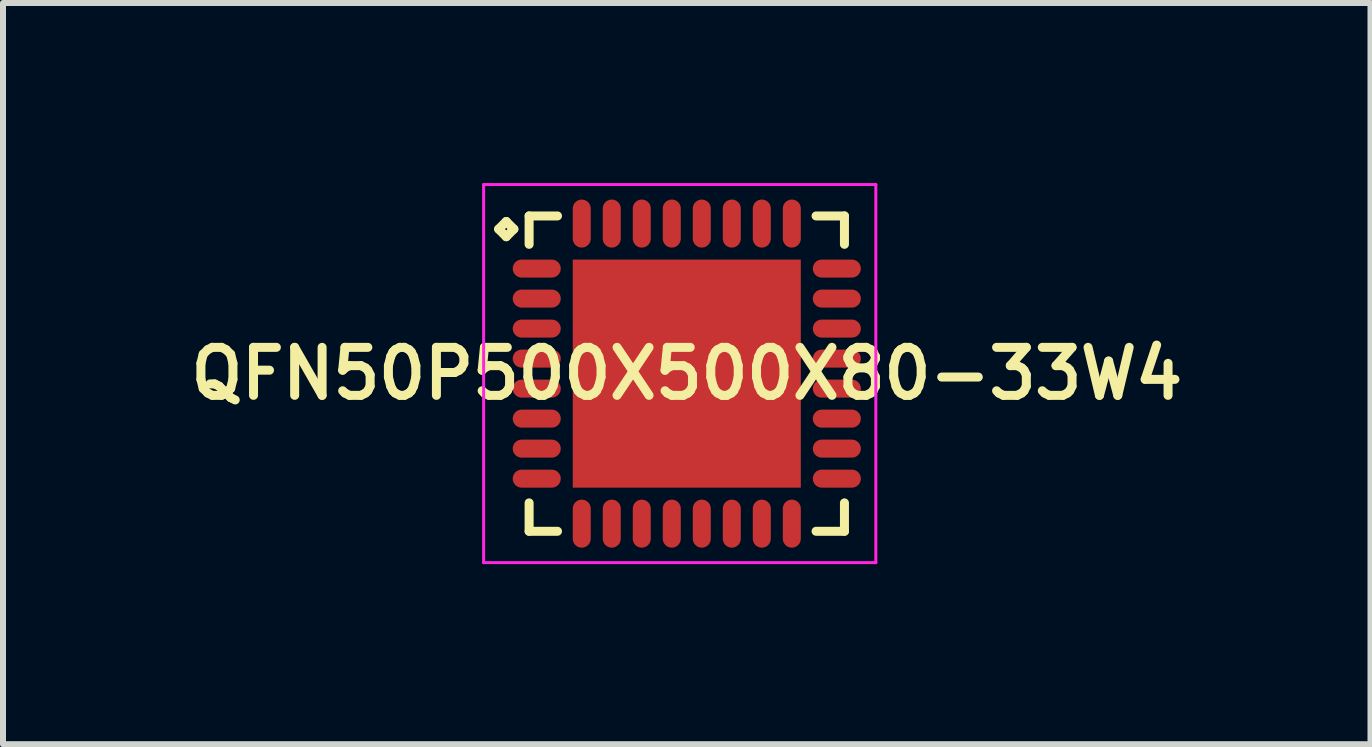
<source format=kicad_pcb>
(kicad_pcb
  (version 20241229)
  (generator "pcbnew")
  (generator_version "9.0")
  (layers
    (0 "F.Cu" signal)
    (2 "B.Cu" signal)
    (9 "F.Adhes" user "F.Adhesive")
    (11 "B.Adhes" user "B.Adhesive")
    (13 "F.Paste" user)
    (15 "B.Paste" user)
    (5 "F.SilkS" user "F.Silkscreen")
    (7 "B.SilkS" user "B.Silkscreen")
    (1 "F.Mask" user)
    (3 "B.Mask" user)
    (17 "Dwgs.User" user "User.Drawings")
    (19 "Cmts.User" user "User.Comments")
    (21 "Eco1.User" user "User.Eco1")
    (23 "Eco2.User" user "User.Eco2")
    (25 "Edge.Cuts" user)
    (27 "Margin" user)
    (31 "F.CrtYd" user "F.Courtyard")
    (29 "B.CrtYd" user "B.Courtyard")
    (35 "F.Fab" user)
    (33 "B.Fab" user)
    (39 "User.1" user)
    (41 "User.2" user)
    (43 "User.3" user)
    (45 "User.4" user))
  (footprint "QFN50P500X500X80-33W4"
    (layer "F.Cu")
    (at 8.393 3.175)
    (property "Reference" "QFN50P500X500X80-33W4" (at 0 0 0) (layer "F.SilkS") (effects (font (size 0.8 0.8) (thickness 0.15))))
    (attr smd)
    (fp_line (start -3.135 -2.408) (end -3.008 -2.535) (stroke (width 0.15) (type solid)) (layer "F.SilkS"))
    (fp_line (start -3.008 -2.535) (end -2.881 -2.408) (stroke (width 0.15) (type solid)) (layer "F.SilkS"))
    (fp_line (start -3.008 -2.281) (end -3.135 -2.408) (stroke (width 0.15) (type solid)) (layer "F.SilkS"))
    (fp_line (start -2.881 -2.408) (end -3.008 -2.281) (stroke (width 0.15) (type solid)) (layer "F.SilkS"))
    (fp_line (start -2.627 -2.627) (end -2.154 -2.627) (stroke (width 0.15) (type solid)) (layer "F.SilkS"))
    (fp_line (start -2.627 -2.154) (end -2.627 -2.627) (stroke (width 0.15) (type solid)) (layer "F.SilkS"))
    (fp_line (start -2.627 2.154) (end -2.627 2.627) (stroke (width 0.15) (type solid)) (layer "F.SilkS"))
    (fp_line (start -2.627 2.627) (end -2.154 2.627) (stroke (width 0.15) (type solid)) (layer "F.SilkS"))
    (fp_line (start 2.154 -2.627) (end 2.627 -2.627) (stroke (width 0.15) (type solid)) (layer "F.SilkS"))
    (fp_line (start 2.154 2.627) (end 2.627 2.627) (stroke (width 0.15) (type solid)) (layer "F.SilkS"))
    (fp_line (start 2.627 -2.627) (end 2.627 -2.154) (stroke (width 0.15) (type solid)) (layer "F.SilkS"))
    (fp_line (start 2.627 2.627) (end 2.627 2.154) (stroke (width 0.15) (type solid)) (layer "F.SilkS"))
    (fp_line (start -3.385 -3.15) (end 3.15 -3.15) (stroke (width 0.05) (type solid)) (layer "F.CrtYd"))
    (fp_line (start -3.385 3.15) (end -3.385 -3.15) (stroke (width 0.05) (type solid)) (layer "F.CrtYd"))
    (fp_line (start 3.15 -3.15) (end 3.15 3.15) (stroke (width 0.05) (type solid)) (layer "F.CrtYd"))
    (fp_line (start 3.15 3.15) (end -3.385 3.15) (stroke (width 0.05) (type solid)) (layer "F.CrtYd"))
    (pad "1" smd oval (at -2.5 -1.75) (size 0.8 0.3) (layers "F.Cu" "F.Mask" "F.Paste"))
    (pad "2" smd oval (at -2.5 -1.25) (size 0.8 0.3) (layers "F.Cu" "F.Mask" "F.Paste"))
    (pad "3" smd oval (at -2.5 -0.75) (size 0.8 0.3) (layers "F.Cu" "F.Mask" "F.Paste"))
    (pad "4" smd oval (at -2.5 -0.25) (size 0.8 0.3) (layers "F.Cu" "F.Mask" "F.Paste"))
    (pad "5" smd oval (at -2.5 0.25) (size 0.8 0.3) (layers "F.Cu" "F.Mask" "F.Paste"))
    (pad "6" smd oval (at -2.5 0.75) (size 0.8 0.3) (layers "F.Cu" "F.Mask" "F.Paste"))
    (pad "7" smd oval (at -2.5 1.25) (size 0.8 0.3) (layers "F.Cu" "F.Mask" "F.Paste"))
    (pad "8" smd oval (at -2.5 1.75) (size 0.8 0.3) (layers "F.Cu" "F.Mask" "F.Paste"))
    (pad "9" smd oval (at -1.75 2.5) (size 0.3 0.8) (layers "F.Cu" "F.Mask" "F.Paste"))
    (pad "10" smd oval (at -1.25 2.5) (size 0.3 0.8) (layers "F.Cu" "F.Mask" "F.Paste"))
    (pad "11" smd oval (at -0.75 2.5) (size 0.3 0.8) (layers "F.Cu" "F.Mask" "F.Paste"))
    (pad "12" smd oval (at -0.25 2.5) (size 0.3 0.8) (layers "F.Cu" "F.Mask" "F.Paste"))
    (pad "13" smd oval (at 0.25 2.5) (size 0.3 0.8) (layers "F.Cu" "F.Mask" "F.Paste"))
    (pad "14" smd oval (at 0.75 2.5) (size 0.3 0.8) (layers "F.Cu" "F.Mask" "F.Paste"))
    (pad "15" smd oval (at 1.25 2.5) (size 0.3 0.8) (layers "F.Cu" "F.Mask" "F.Paste"))
    (pad "16" smd oval (at 1.75 2.5) (size 0.3 0.8) (layers "F.Cu" "F.Mask" "F.Paste"))
    (pad "17" smd oval (at 2.5 1.75) (size 0.8 0.3) (layers "F.Cu" "F.Mask" "F.Paste"))
    (pad "18" smd oval (at 2.5 1.25) (size 0.8 0.3) (layers "F.Cu" "F.Mask" "F.Paste"))
    (pad "19" smd oval (at 2.5 0.75) (size 0.8 0.3) (layers "F.Cu" "F.Mask" "F.Paste"))
    (pad "20" smd oval (at 2.5 0.25) (size 0.8 0.3) (layers "F.Cu" "F.Mask" "F.Paste"))
    (pad "21" smd oval (at 2.5 -0.25) (size 0.8 0.3) (layers "F.Cu" "F.Mask" "F.Paste"))
    (pad "22" smd oval (at 2.5 -0.75) (size 0.8 0.3) (layers "F.Cu" "F.Mask" "F.Paste"))
    (pad "23" smd oval (at 2.5 -1.25) (size 0.8 0.3) (layers "F.Cu" "F.Mask" "F.Paste"))
    (pad "24" smd oval (at 2.5 -1.75) (size 0.8 0.3) (layers "F.Cu" "F.Mask" "F.Paste"))
    (pad "25" smd oval (at 1.75 -2.5) (size 0.3 0.8) (layers "F.Cu" "F.Mask" "F.Paste"))
    (pad "26" smd oval (at 1.25 -2.5) (size 0.3 0.8) (layers "F.Cu" "F.Mask" "F.Paste"))
    (pad "27" smd oval (at 0.75 -2.5) (size 0.3 0.8) (layers "F.Cu" "F.Mask" "F.Paste"))
    (pad "28" smd oval (at 0.25 -2.5) (size 0.3 0.8) (layers "F.Cu" "F.Mask" "F.Paste"))
    (pad "29" smd oval (at -0.25 -2.5) (size 0.3 0.8) (layers "F.Cu" "F.Mask" "F.Paste"))
    (pad "30" smd oval (at -0.75 -2.5) (size 0.3 0.8) (layers "F.Cu" "F.Mask" "F.Paste"))
    (pad "31" smd oval (at -1.25 -2.5) (size 0.3 0.8) (layers "F.Cu" "F.Mask" "F.Paste"))
    (pad "32" smd oval (at -1.75 -2.5) (size 0.3 0.8) (layers "F.Cu" "F.Mask" "F.Paste"))
    (pad "33" smd rect (at 0 0) (size 3.8 3.8) (layers "F.Cu" "F.Mask" "F.Paste")))
  (gr_rect
    (start -3 -3)
    (end 19.785 9.35)
    (stroke (width 0.1) (type default))
    (fill no)
    (layer "Edge.Cuts")))
</source>
